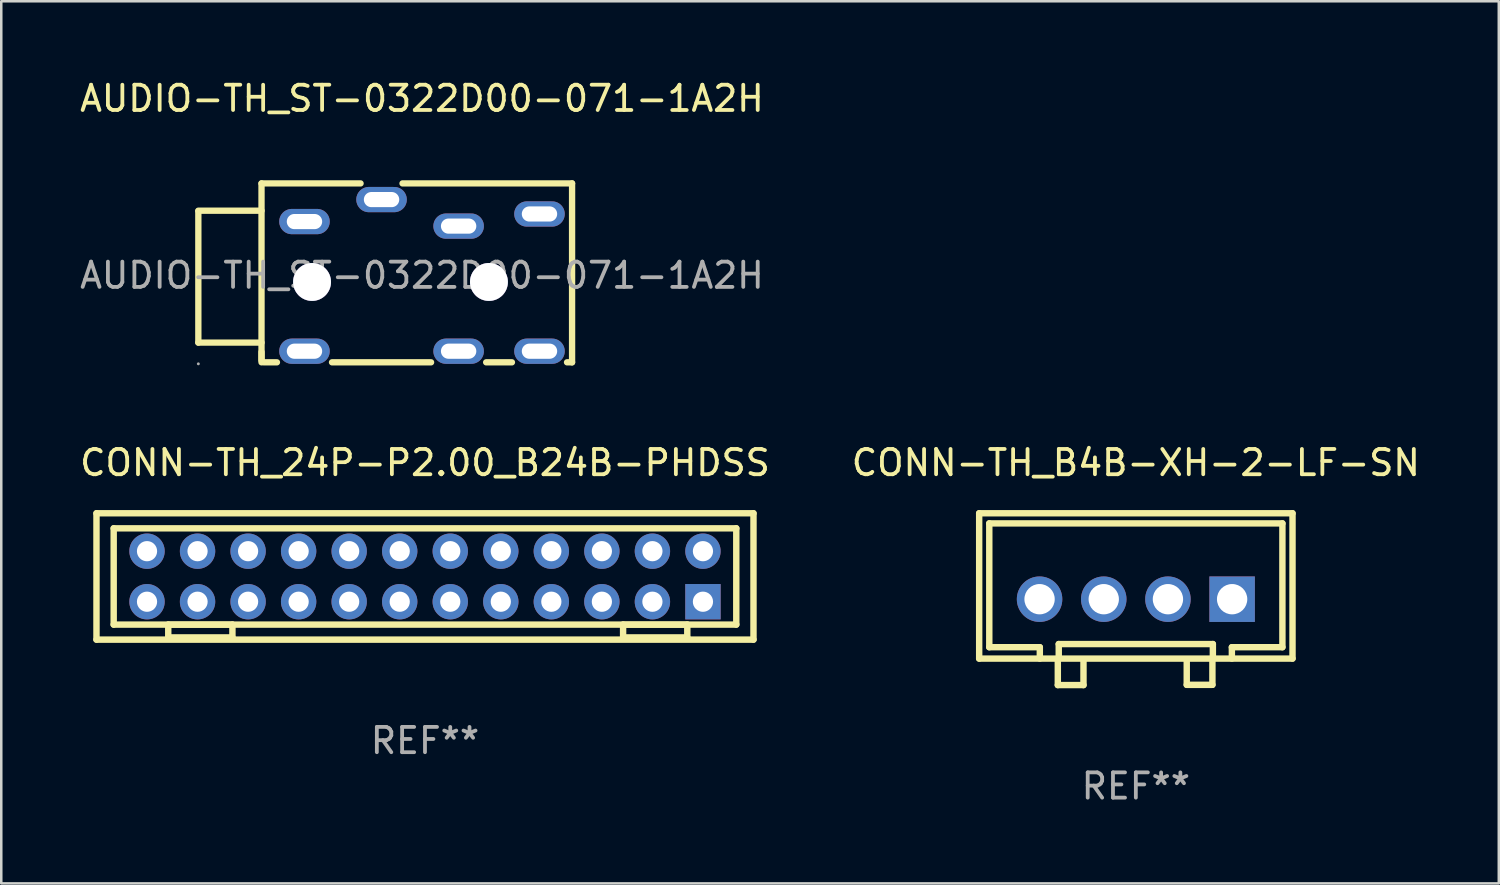
<source format=kicad_pcb>
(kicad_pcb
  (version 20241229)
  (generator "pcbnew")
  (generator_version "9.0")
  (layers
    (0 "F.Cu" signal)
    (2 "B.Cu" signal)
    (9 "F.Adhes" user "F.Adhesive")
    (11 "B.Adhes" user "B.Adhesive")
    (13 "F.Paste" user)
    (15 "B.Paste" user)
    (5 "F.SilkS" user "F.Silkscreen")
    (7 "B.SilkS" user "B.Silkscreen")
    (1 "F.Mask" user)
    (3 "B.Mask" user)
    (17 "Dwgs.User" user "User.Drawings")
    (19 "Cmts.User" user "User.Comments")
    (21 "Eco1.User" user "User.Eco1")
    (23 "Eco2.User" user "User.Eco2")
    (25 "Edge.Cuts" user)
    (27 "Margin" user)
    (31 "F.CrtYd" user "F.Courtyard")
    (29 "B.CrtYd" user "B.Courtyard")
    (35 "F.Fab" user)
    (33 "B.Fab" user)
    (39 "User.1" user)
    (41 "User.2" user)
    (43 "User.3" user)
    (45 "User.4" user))
  (footprint "AUDIO-TH_ST-0322D00-071-1A2H"
    (layer "F.Cu")
    (at 13.649 7.848)
    (property "Reference" "AUDIO-TH_ST-0322D00-071-1A2H" (at 0 -7 180) (layer "F.SilkS") (effects (font (size 1 1) (thickness 0.15))))
    (attr through_hole)
    (fp_line (start -8.85 -2.56) (end -6.35 -2.56) (stroke (width 0.25) (type solid)) (layer "F.SilkS"))
    (fp_line (start -8.85 -2.54) (end -8.85 2.66) (stroke (width 0.25) (type solid)) (layer "F.SilkS"))
    (fp_line (start -8.85 2.66) (end -6.35 2.66) (stroke (width 0.25) (type solid)) (layer "F.SilkS"))
    (fp_line (start -6.35 -3.64) (end -6.35 3.36) (stroke (width 0.25) (type solid)) (layer "F.SilkS"))
    (fp_line (start -6.35 -3.64) (end -2.43 -3.64) (stroke (width 0.25) (type solid)) (layer "F.SilkS"))
    (fp_line (start -6.35 3.03) (end -6.35 3.44) (stroke (width 0.25) (type solid)) (layer "F.SilkS"))
    (fp_line (start -5.74 3.44) (end -6.26 3.44) (stroke (width 0.25) (type solid)) (layer "F.SilkS"))
    (fp_line (start -0.77 -3.64) (end 5.94 -3.64) (stroke (width 0.25) (type solid)) (layer "F.SilkS"))
    (fp_line (start 0.36 3.44) (end -3.56 3.44) (stroke (width 0.25) (type solid)) (layer "F.SilkS"))
    (fp_line (start 3.56 3.44) (end 2.54 3.44) (stroke (width 0.25) (type solid)) (layer "F.SilkS"))
    (fp_line (start 5.94 -3.64) (end 5.94 3.44) (stroke (width 0.25) (type solid)) (layer "F.SilkS"))
    (fp_line (start 5.94 3.44) (end 5.74 3.44) (stroke (width 0.25) (type solid)) (layer "F.SilkS"))
    (fp_circle (center -8.85 3.5) (end -8.82 3.5) (stroke (width 0.06) (type solid)) (fill no) (layer "F.Fab"))
    (fp_text user "${REFERENCE}" (at 0 0 180) (layer "F.Fab") (effects (font (size 1 1) (thickness 0.15))))
    (pad "" thru_hole circle (at -4.35 0.26) (size 1.5 1.5) (drill 1.5) (layers "*.Cu" "*.Mask"))
    (pad "" thru_hole circle (at 2.65 0.26) (size 1.5 1.5) (drill 1.5) (layers "*.Cu" "*.Mask"))
    (pad "1" thru_hole oval (at -4.65 3) (size 2 1) (drill oval 1.4 0.6) (layers "*.Cu" "*.Mask"))
    (pad "2" thru_hole oval (at -4.65 -2.13) (size 2 1) (drill oval 1.4 0.6) (layers "*.Cu" "*.Mask"))
    (pad "3" thru_hole oval (at 4.65 3) (size 2 1) (drill oval 1.4 0.6) (layers "*.Cu" "*.Mask"))
    (pad "4" thru_hole oval (at 4.65 -2.43) (size 2 1) (drill oval 1.4 0.6) (layers "*.Cu" "*.Mask"))
    (pad "5" thru_hole oval (at 1.45 -1.95) (size 2 1) (drill oval 1.4 0.6) (layers "*.Cu" "*.Mask"))
    (pad "6" thru_hole oval (at 1.45 3) (size 2 1) (drill oval 1.4 0.6) (layers "*.Cu" "*.Mask"))
    (pad "7" thru_hole oval (at -1.6 -3) (size 2 1) (drill oval 1.4 0.6) (layers "*.Cu" "*.Mask")))
  (footprint "CONN-TH_24P-P2.00_B24B-PHDSS"
    (layer "F.Cu")
    (at 13.768 19.762)
    (property "Reference" "CONN-TH_24P-P2.00_B24B-PHDSS" (at 0 -4.5 0) (layer "F.SilkS") (effects (font (size 1 1) (thickness 0.15))))
    (attr through_hole)
    (fp_line (start -13 -2.5) (end -13 2.5) (stroke (width 0.254) (type solid)) (layer "F.SilkS"))
    (fp_line (start -12.319 -1.905) (end -12.319 1.905) (stroke (width 0.254) (type solid)) (layer "F.SilkS"))
    (fp_line (start -12.319 1.905) (end 12.319 1.905) (stroke (width 0.254) (type solid)) (layer "F.SilkS"))
    (fp_line (start -10.16 1.905) (end -10.16 2.413) (stroke (width 0.254) (type solid)) (layer "F.SilkS"))
    (fp_line (start -10.16 2.413) (end -7.62 2.413) (stroke (width 0.254) (type solid)) (layer "F.SilkS"))
    (fp_line (start -7.62 1.905) (end -10.16 1.905) (stroke (width 0.254) (type solid)) (layer "F.SilkS"))
    (fp_line (start -7.62 2.413) (end -7.62 1.905) (stroke (width 0.254) (type solid)) (layer "F.SilkS"))
    (fp_line (start 7.84 1.905) (end 7.84 2.413) (stroke (width 0.254) (type solid)) (layer "F.SilkS"))
    (fp_line (start 7.84 2.413) (end 10.38 2.413) (stroke (width 0.254) (type solid)) (layer "F.SilkS"))
    (fp_line (start 10.38 1.905) (end 7.84 1.905) (stroke (width 0.254) (type solid)) (layer "F.SilkS"))
    (fp_line (start 10.38 2.413) (end 10.38 1.905) (stroke (width 0.254) (type solid)) (layer "F.SilkS"))
    (fp_line (start 12.319 -1.905) (end -12.319 -1.905) (stroke (width 0.254) (type solid)) (layer "F.SilkS"))
    (fp_line (start 12.319 1.905) (end 12.319 -1.905) (stroke (width 0.254) (type solid)) (layer "F.SilkS"))
    (fp_line (start 13 -2.5) (end -13 -2.5) (stroke (width 0.254) (type solid)) (layer "F.SilkS"))
    (fp_line (start 13 -2.5) (end 13 2.5) (stroke (width 0.254) (type solid)) (layer "F.SilkS"))
    (fp_line (start 13 2.5) (end -13 2.5) (stroke (width 0.254) (type solid)) (layer "F.SilkS"))
    (fp_text user "REF**" (at 0 6.5 0) (layer "F.Fab") (effects (font (size 1 1) (thickness 0.15))))
    (pad "1" thru_hole rect (at 11 1) (size 1.4 1.4) (drill 0.8) (layers "*.Cu" "*.Mask"))
    (pad "2" thru_hole circle (at 11 -1) (size 1.4 1.4) (drill 0.8) (layers "*.Cu" "*.Mask"))
    (pad "3" thru_hole circle (at 9 1) (size 1.4 1.4) (drill 0.8) (layers "*.Cu" "*.Mask"))
    (pad "4" thru_hole circle (at 9 -1) (size 1.4 1.4) (drill 0.8) (layers "*.Cu" "*.Mask"))
    (pad "5" thru_hole circle (at 7 1) (size 1.4 1.4) (drill 0.8) (layers "*.Cu" "*.Mask"))
    (pad "6" thru_hole circle (at 7 -1) (size 1.4 1.4) (drill 0.8) (layers "*.Cu" "*.Mask"))
    (pad "7" thru_hole circle (at 5 1) (size 1.4 1.4) (drill 0.8) (layers "*.Cu" "*.Mask"))
    (pad "8" thru_hole circle (at 5 -1) (size 1.4 1.4) (drill 0.8) (layers "*.Cu" "*.Mask"))
    (pad "9" thru_hole circle (at 3 1) (size 1.4 1.4) (drill 0.8) (layers "*.Cu" "*.Mask"))
    (pad "10" thru_hole circle (at 3 -1) (size 1.4 1.4) (drill 0.8) (layers "*.Cu" "*.Mask"))
    (pad "11" thru_hole circle (at 1 1) (size 1.4 1.4) (drill 0.8) (layers "*.Cu" "*.Mask"))
    (pad "12" thru_hole circle (at 1 -1) (size 1.4 1.4) (drill 0.8) (layers "*.Cu" "*.Mask"))
    (pad "13" thru_hole circle (at -1 1) (size 1.4 1.4) (drill 0.8) (layers "*.Cu" "*.Mask"))
    (pad "14" thru_hole circle (at -1 -1) (size 1.4 1.4) (drill 0.8) (layers "*.Cu" "*.Mask"))
    (pad "15" thru_hole circle (at -3 1) (size 1.4 1.4) (drill 0.8) (layers "*.Cu" "*.Mask"))
    (pad "16" thru_hole circle (at -3 -1) (size 1.4 1.4) (drill 0.8) (layers "*.Cu" "*.Mask"))
    (pad "17" thru_hole circle (at -5 1) (size 1.4 1.4) (drill 0.8) (layers "*.Cu" "*.Mask"))
    (pad "18" thru_hole circle (at -5 -1) (size 1.4 1.4) (drill 0.8) (layers "*.Cu" "*.Mask"))
    (pad "19" thru_hole circle (at -7 1) (size 1.4 1.4) (drill 0.8) (layers "*.Cu" "*.Mask"))
    (pad "20" thru_hole circle (at -7 -1) (size 1.4 1.4) (drill 0.8) (layers "*.Cu" "*.Mask"))
    (pad "21" thru_hole circle (at -9 1) (size 1.4 1.4) (drill 0.8) (layers "*.Cu" "*.Mask"))
    (pad "22" thru_hole circle (at -9 -1) (size 1.4 1.4) (drill 0.8) (layers "*.Cu" "*.Mask"))
    (pad "23" thru_hole circle (at -11 1) (size 1.4 1.4) (drill 0.8) (layers "*.Cu" "*.Mask"))
    (pad "24" thru_hole circle (at -11 -1) (size 1.4 1.4) (drill 0.8) (layers "*.Cu" "*.Mask")))
  (footprint "CONN-TH_B4B-XH-2-LF-SN"
    (layer "F.Cu")
    (at 41.899 20.662)
    (property "Reference" "CONN-TH_B4B-XH-2-LF-SN" (at 0 -5.4 180) (layer "F.SilkS") (effects (font (size 1 1) (thickness 0.15))))
    (attr through_hole)
    (fp_line (start -6.2 -3.4) (end 6.2 -3.4) (stroke (width 0.254) (type solid)) (layer "F.SilkS"))
    (fp_line (start -6.2 2.35) (end -6.2 -3.4) (stroke (width 0.254) (type solid)) (layer "F.SilkS"))
    (fp_line (start -5.8 -3) (end -5.8 1.9) (stroke (width 0.254) (type solid)) (layer "F.SilkS"))
    (fp_line (start -5.8 -3) (end 5.8 -3) (stroke (width 0.254) (type solid)) (layer "F.SilkS"))
    (fp_line (start -5.8 1.9) (end -3.8 1.9) (stroke (width 0.254) (type solid)) (layer "F.SilkS"))
    (fp_line (start -3.8 1.9) (end -3.8 2.35) (stroke (width 0.254) (type solid)) (layer "F.SilkS"))
    (fp_line (start -3.088 2.383) (end -3.088 3.399) (stroke (width 0.254) (type solid)) (layer "F.SilkS"))
    (fp_line (start -3.088 3.399) (end -2.072 3.399) (stroke (width 0.254) (type solid)) (layer "F.SilkS"))
    (fp_line (start -3.051 1.775) (end 3.048 1.775) (stroke (width 0.254) (type solid)) (layer "F.SilkS"))
    (fp_line (start -3.051 2.283) (end -3.051 1.775) (stroke (width 0.254) (type solid)) (layer "F.SilkS"))
    (fp_line (start -2.072 2.383) (end -2.072 3.399) (stroke (width 0.254) (type solid)) (layer "F.SilkS"))
    (fp_line (start 2.014 2.373) (end 2.014 3.389) (stroke (width 0.254) (type solid)) (layer "F.SilkS"))
    (fp_line (start 2.014 3.389) (end 3.03 3.389) (stroke (width 0.254) (type solid)) (layer "F.SilkS"))
    (fp_line (start 3.03 2.373) (end 3.03 3.389) (stroke (width 0.254) (type solid)) (layer "F.SilkS"))
    (fp_line (start 3.048 1.775) (end 3.048 2.286) (stroke (width 0.254) (type solid)) (layer "F.SilkS"))
    (fp_line (start 3.048 2.286) (end 3.048 2.286) (stroke (width 0.254) (type solid)) (layer "F.SilkS"))
    (fp_line (start 3.8 1.9) (end 3.8 2.35) (stroke (width 0.254) (type solid)) (layer "F.SilkS"))
    (fp_line (start 5.8 -3) (end 5.8 1.9) (stroke (width 0.254) (type solid)) (layer "F.SilkS"))
    (fp_line (start 5.8 1.9) (end 3.8 1.9) (stroke (width 0.254) (type solid)) (layer "F.SilkS"))
    (fp_line (start 6.2 -3.4) (end 6.2 2.35) (stroke (width 0.254) (type solid)) (layer "F.SilkS"))
    (fp_line (start 6.2 2.35) (end -6.2 2.35) (stroke (width 0.254) (type solid)) (layer "F.SilkS"))
    (fp_circle (center 6.2 -3.4) (end 6.23 -3.4) (stroke (width 0.06) (type solid)) (fill no) (layer "F.SilkS"))
    (fp_text user "REF**" (at 0 7.399 180) (layer "F.Fab") (effects (font (size 1 1) (thickness 0.15))))
    (pad "1" thru_hole rect (at 3.81 0 180) (size 1.8 1.8) (drill 1.2) (layers "*.Cu" "*.Mask"))
    (pad "2" thru_hole circle (at 1.27 0) (size 1.8 1.8) (drill 1.2) (layers "*.Cu" "*.Mask"))
    (pad "3" thru_hole circle (at -1.27 0) (size 1.8 1.8) (drill 1.2) (layers "*.Cu" "*.Mask"))
    (pad "4" thru_hole circle (at -3.81 0) (size 1.8 1.8) (drill 1.2) (layers "*.Cu" "*.Mask")))
  (gr_rect
    (start -3 -3)
    (end 56.262 31.909)
    (stroke (width 0.1) (type default))
    (fill no)
    (layer "Edge.Cuts")))
</source>
